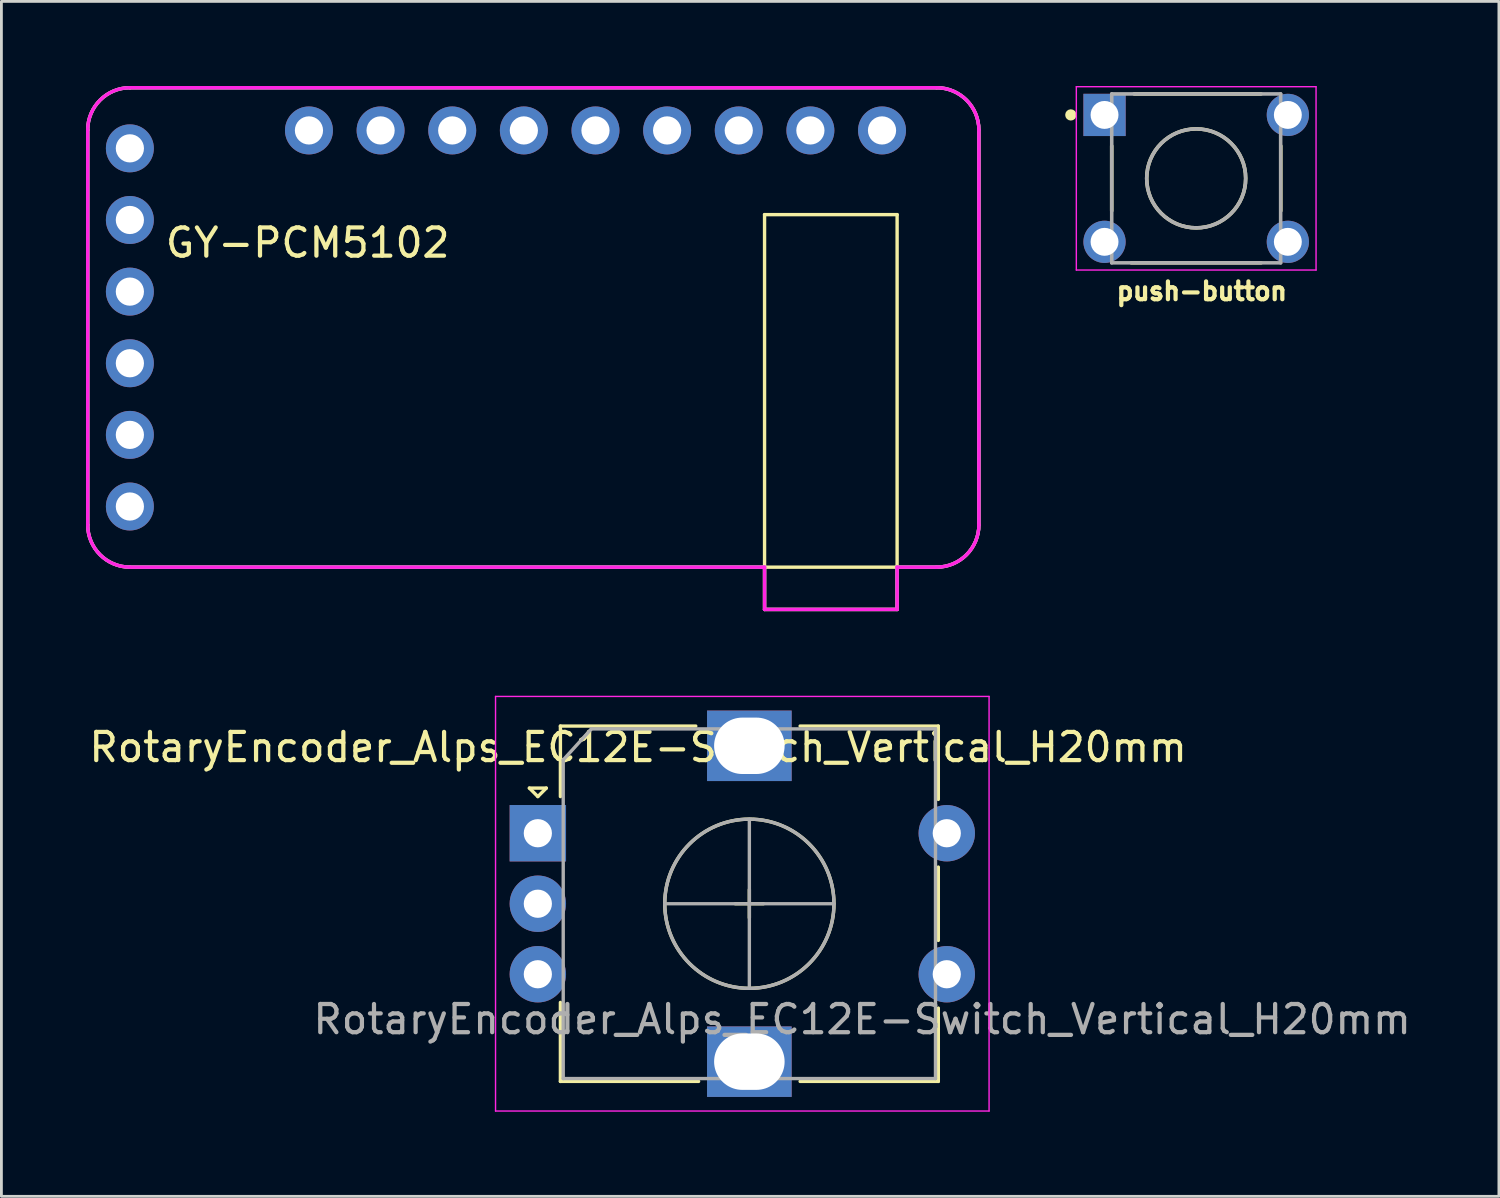
<source format=kicad_pcb>
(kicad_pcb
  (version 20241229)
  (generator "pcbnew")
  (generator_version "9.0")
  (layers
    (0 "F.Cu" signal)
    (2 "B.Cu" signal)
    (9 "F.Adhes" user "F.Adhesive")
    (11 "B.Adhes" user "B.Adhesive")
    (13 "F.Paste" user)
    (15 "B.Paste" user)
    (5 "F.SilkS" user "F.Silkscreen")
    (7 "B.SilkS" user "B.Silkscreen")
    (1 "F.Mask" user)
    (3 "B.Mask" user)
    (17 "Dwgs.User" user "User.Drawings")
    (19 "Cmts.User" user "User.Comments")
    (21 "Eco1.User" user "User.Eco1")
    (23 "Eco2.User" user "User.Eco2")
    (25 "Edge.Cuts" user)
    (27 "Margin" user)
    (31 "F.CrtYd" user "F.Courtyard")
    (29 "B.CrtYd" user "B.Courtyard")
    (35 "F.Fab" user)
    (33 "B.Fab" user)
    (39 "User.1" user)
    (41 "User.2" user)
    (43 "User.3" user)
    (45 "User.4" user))
  (footprint "push-button"
    (layer "F.Cu")
    (at 39.365 3.275)
    (property "Reference" "push-button" (at 0.2 4 0) (layer "F.SilkS") (effects (font (size 0.631 0.631) (thickness 0.15))))
    (attr through_hole)
    (fp_line (start -2.995 -1.15) (end -2.995 1.15) (stroke (width 0.127) (type solid)) (layer "F.SilkS"))
    (fp_line (start -2.2 -2.995) (end 2.3 -2.995) (stroke (width 0.127) (type solid)) (layer "F.SilkS"))
    (fp_line (start 2.3 2.995) (end -2.3 2.995) (stroke (width 0.127) (type solid)) (layer "F.SilkS"))
    (fp_line (start 3 -1.15) (end 3 1.15) (stroke (width 0.127) (type solid)) (layer "F.SilkS"))
    (fp_circle (center -4.445 -2.25) (end -4.345 -2.25) (stroke (width 0.2) (type solid)) (fill no) (layer "F.SilkS"))
    (fp_circle (center 0 0) (end 1.755 0) (stroke (width 0.127) (type solid)) (fill no) (layer "F.SilkS"))
    (fp_line (start -4.25 -3.25) (end -4.25 3.25) (stroke (width 0.05) (type solid)) (layer "F.CrtYd"))
    (fp_line (start -4.25 3.25) (end 4.25 3.25) (stroke (width 0.05) (type solid)) (layer "F.CrtYd"))
    (fp_line (start 4.25 -3.25) (end -4.25 -3.25) (stroke (width 0.05) (type solid)) (layer "F.CrtYd"))
    (fp_line (start 4.25 3.25) (end 4.25 -3.25) (stroke (width 0.05) (type solid)) (layer "F.CrtYd"))
    (fp_line (start -2.995 -2.995) (end -2.995 2.995) (stroke (width 0.127) (type solid)) (layer "F.Fab"))
    (fp_line (start -2.995 2.995) (end 2.995 2.995) (stroke (width 0.127) (type solid)) (layer "F.Fab"))
    (fp_line (start 2.995 -2.995) (end -2.995 -2.995) (stroke (width 0.127) (type solid)) (layer "F.Fab"))
    (fp_line (start 2.995 2.995) (end 2.995 -2.995) (stroke (width 0.127) (type solid)) (layer "F.Fab"))
    (fp_circle (center 0 0) (end 1.755 0) (stroke (width 0.127) (type solid)) (fill no) (layer "F.Fab"))
    (pad "1" thru_hole rect (at -3.25 -2.25) (size 1.498 1.498) (drill 0.99) (layers "*.Cu" "*.Mask"))
    (pad "2" thru_hole circle (at -3.25 2.25) (size 1.498 1.498) (drill 0.99) (layers "*.Cu" "*.Mask"))
    (pad "3" thru_hole circle (at 3.25 -2.25) (size 1.498 1.498) (drill 0.99) (layers "*.Cu" "*.Mask"))
    (pad "4" thru_hole circle (at 3.25 2.25) (size 1.498 1.498) (drill 0.99) (layers "*.Cu" "*.Mask")))
  (footprint "RotaryEncoder_Alps_EC12E-Switch_Vertical_H20mm"
    (layer "F.Cu")
    (at 23.521 28.995)
    (property "Reference" "RotaryEncoder_Alps_EC12E-Switch_Vertical_H20mm" (at -3.944 -5.548 0) (layer "F.SilkS") (effects (font (size 1 1) (thickness 0.15))))
    (attr through_hole)
    (fp_line (start -7.8 -4.1) (end -7.2 -4.1) (stroke (width 0.12) (type solid)) (layer "F.SilkS"))
    (fp_line (start -7.5 -3.8) (end -7.8 -4.1) (stroke (width 0.12) (type solid)) (layer "F.SilkS"))
    (fp_line (start -7.2 -4.1) (end -7.5 -3.8) (stroke (width 0.12) (type solid)) (layer "F.SilkS"))
    (fp_line (start -6.7 -6.3) (end -6.7 -3.8) (stroke (width 0.12) (type solid)) (layer "F.SilkS"))
    (fp_line (start -6.7 6.3) (end -6.7 3.5) (stroke (width 0.12) (type solid)) (layer "F.SilkS"))
    (fp_line (start -1.9 -6.3) (end -6.7 -6.3) (stroke (width 0.12) (type solid)) (layer "F.SilkS"))
    (fp_line (start -1.8 6.3) (end -6.7 6.3) (stroke (width 0.12) (type solid)) (layer "F.SilkS"))
    (fp_line (start -0.5 0) (end 0.5 0) (stroke (width 0.12) (type solid)) (layer "F.SilkS"))
    (fp_line (start 0 -0.5) (end 0 0.5) (stroke (width 0.12) (type solid)) (layer "F.SilkS"))
    (fp_line (start 1.8 -6.3) (end 6.7 -6.3) (stroke (width 0.12) (type solid)) (layer "F.SilkS"))
    (fp_line (start 6.7 -6.3) (end 6.7 -3.7) (stroke (width 0.12) (type solid)) (layer "F.SilkS"))
    (fp_line (start 6.7 -1.3) (end 6.7 1.3) (stroke (width 0.12) (type solid)) (layer "F.SilkS"))
    (fp_line (start 6.7 3.7) (end 6.7 6.3) (stroke (width 0.12) (type solid)) (layer "F.SilkS"))
    (fp_line (start 6.7 6.3) (end 1.8 6.3) (stroke (width 0.12) (type solid)) (layer "F.SilkS"))
    (fp_circle (center 0 0) (end 3 0) (stroke (width 0.12) (type solid)) (fill no) (layer "F.SilkS"))
    (fp_line (start -9 -7.35) (end -9 7.35) (stroke (width 0.05) (type solid)) (layer "F.CrtYd"))
    (fp_line (start -9 -7.35) (end 8.5 -7.35) (stroke (width 0.05) (type solid)) (layer "F.CrtYd"))
    (fp_line (start 8.5 7.35) (end -9 7.35) (stroke (width 0.05) (type solid)) (layer "F.CrtYd"))
    (fp_line (start 8.5 7.35) (end 8.5 -7.35) (stroke (width 0.05) (type solid)) (layer "F.CrtYd"))
    (fp_line (start -6.6 -5.1) (end -5.6 -6.2) (stroke (width 0.12) (type solid)) (layer "F.Fab"))
    (fp_line (start -6.6 6.2) (end -6.6 -5.1) (stroke (width 0.12) (type solid)) (layer "F.Fab"))
    (fp_line (start -5.6 -6.2) (end 6.6 -6.2) (stroke (width 0.12) (type solid)) (layer "F.Fab"))
    (fp_line (start -3 0) (end 3 0) (stroke (width 0.12) (type solid)) (layer "F.Fab"))
    (fp_line (start 0 -3) (end 0 3) (stroke (width 0.12) (type solid)) (layer "F.Fab"))
    (fp_line (start 6.6 -6.2) (end 6.6 6.2) (stroke (width 0.12) (type solid)) (layer "F.Fab"))
    (fp_line (start 6.6 6.2) (end -6.6 6.2) (stroke (width 0.12) (type solid)) (layer "F.Fab"))
    (fp_circle (center 0 0) (end 3 0) (stroke (width 0.12) (type solid)) (fill no) (layer "F.Fab"))
    (fp_text user "${REFERENCE}" (at 4 4.1 0) (layer "F.Fab") (effects (font (size 1 1) (thickness 0.15))))
    (pad "A" thru_hole rect (at -7.5 -2.5) (size 2 2) (drill 1) (layers "*.Cu" "*.Mask"))
    (pad "B" thru_hole circle (at -7.5 2.5) (size 2 2) (drill 1) (layers "*.Cu" "*.Mask"))
    (pad "C" thru_hole circle (at -7.5 0) (size 2 2) (drill 1) (layers "*.Cu" "*.Mask"))
    (pad "MP" thru_hole rect (at 0 -5.6) (size 3 2.5) (drill oval 2.5 2) (layers "*.Cu" "*.Mask"))
    (pad "MP" thru_hole rect (at 0 5.6) (size 3 2.5) (drill oval 2.5 2) (layers "*.Cu" "*.Mask"))
    (pad "S1" thru_hole circle (at 7 -2.5) (size 2 2) (drill 1) (layers "*.Cu" "*.Mask"))
    (pad "S2" thru_hole circle (at 7 2.5) (size 2 2) (drill 1) (layers "*.Cu" "*.Mask")))
  (footprint "GY-PCM5102"
    (layer "F.Cu")
    (at 15.86 8.56)
    (property "Reference" "GY-PCM5102" (at -8 -3 0) (layer "F.SilkS") (effects (font (size 1 1) (thickness 0.15))))
    (attr through_hole)
    (fp_line (start -15.8 -7) (end -15.8 7) (stroke (width 0.12) (type solid)) (layer "F.SilkS"))
    (fp_line (start -14.3 8.5) (end 14.3 8.5) (stroke (width 0.12) (type solid)) (layer "F.SilkS"))
    (fp_line (start 8.2 -4) (end 12.9 -4) (stroke (width 0.12) (type solid)) (layer "F.SilkS"))
    (fp_line (start 8.2 10) (end 8.2 -4) (stroke (width 0.12) (type solid)) (layer "F.SilkS"))
    (fp_line (start 12.9 -4) (end 12.9 10) (stroke (width 0.12) (type solid)) (layer "F.SilkS"))
    (fp_line (start 12.9 10) (end 8.2 10) (stroke (width 0.12) (type solid)) (layer "F.SilkS"))
    (fp_line (start 14.3 -8.5) (end -14.3 -8.5) (stroke (width 0.12) (type solid)) (layer "F.SilkS"))
    (fp_line (start 15.8 7) (end 15.8 -7) (stroke (width 0.12) (type solid)) (layer "F.SilkS"))
    (fp_arc (start -15.8 -7) (mid -15.36066 -8.06066) (end -14.3 -8.5) (stroke (width 0.12) (type solid)) (layer "F.SilkS"))
    (fp_arc (start -14.3 8.5) (mid -15.36066 8.06066) (end -15.8 7) (stroke (width 0.12) (type solid)) (layer "F.SilkS"))
    (fp_arc (start 14.3 -8.5) (mid 15.36066 -8.06066) (end 15.8 -7) (stroke (width 0.12) (type solid)) (layer "F.SilkS"))
    (fp_arc (start 15.8 7) (mid 15.36066 8.06066) (end 14.3 8.5) (stroke (width 0.12) (type solid)) (layer "F.SilkS"))
    (fp_line (start -15.8 -7) (end -15.8 7) (stroke (width 0.12) (type solid)) (layer "F.CrtYd"))
    (fp_line (start 8.2 8.5) (end -14.3 8.5) (stroke (width 0.12) (type solid)) (layer "F.CrtYd"))
    (fp_line (start 8.2 10) (end 8.2 8.5) (stroke (width 0.12) (type solid)) (layer "F.CrtYd"))
    (fp_line (start 12.9 8.5) (end 12.9 10) (stroke (width 0.12) (type solid)) (layer "F.CrtYd"))
    (fp_line (start 12.9 8.5) (end 14.3 8.5) (stroke (width 0.12) (type solid)) (layer "F.CrtYd"))
    (fp_line (start 12.9 10) (end 8.2 10) (stroke (width 0.12) (type solid)) (layer "F.CrtYd"))
    (fp_line (start 14.3 -8.5) (end -14.3 -8.5) (stroke (width 0.12) (type solid)) (layer "F.CrtYd"))
    (fp_line (start 15.8 7) (end 15.8 -7) (stroke (width 0.12) (type solid)) (layer "F.CrtYd"))
    (fp_arc (start -15.8 -7) (mid -15.36066 -8.06066) (end -14.3 -8.5) (stroke (width 0.12) (type solid)) (layer "F.CrtYd"))
    (fp_arc (start -14.3 8.5) (mid -15.36066 8.06066) (end -15.8 7) (stroke (width 0.12) (type solid)) (layer "F.CrtYd"))
    (fp_arc (start 14.3 -8.5) (mid 15.36066 -8.06066) (end 15.8 -7) (stroke (width 0.12) (type solid)) (layer "F.CrtYd"))
    (fp_arc (start 15.8 7) (mid 15.36066 8.06066) (end 14.3 8.5) (stroke (width 0.12) (type solid)) (layer "F.CrtYd"))
    (fp_line (start -15.8 -7) (end -15.8 7) (stroke (width 0.12) (type solid)) (layer "F.Fab"))
    (fp_line (start 8.2 8.5) (end -14.3 8.5) (stroke (width 0.12) (type solid)) (layer "F.Fab"))
    (fp_line (start 8.2 10) (end 8.2 8.5) (stroke (width 0.12) (type solid)) (layer "F.Fab"))
    (fp_line (start 12.9 8.5) (end 12.9 10) (stroke (width 0.12) (type solid)) (layer "F.Fab"))
    (fp_line (start 12.9 8.5) (end 14.3 8.5) (stroke (width 0.12) (type solid)) (layer "F.Fab"))
    (fp_line (start 12.9 10) (end 8.2 10) (stroke (width 0.12) (type solid)) (layer "F.Fab"))
    (fp_line (start 14.3 -8.5) (end -14.3 -8.5) (stroke (width 0.12) (type solid)) (layer "F.Fab"))
    (fp_line (start 15.8 7) (end 15.8 -7) (stroke (width 0.12) (type solid)) (layer "F.Fab"))
    (fp_arc (start -15.8 -7) (mid -15.36066 -8.06066) (end -14.3 -8.5) (stroke (width 0.12) (type solid)) (layer "F.Fab"))
    (fp_arc (start -14.3 8.5) (mid -15.36066 8.06066) (end -15.8 7) (stroke (width 0.12) (type solid)) (layer "F.Fab"))
    (fp_arc (start 14.3 -8.5) (mid 15.36066 -8.06066) (end 15.8 -7) (stroke (width 0.12) (type solid)) (layer "F.Fab"))
    (fp_arc (start 15.8 7) (mid 15.36066 8.06066) (end 14.3 8.5) (stroke (width 0.12) (type solid)) (layer "F.Fab"))
    (pad "1" thru_hole circle (at -14.305 -6.35) (size 1.7 1.7) (drill 1) (layers "*.Cu" "*.Mask"))
    (pad "2" thru_hole circle (at -14.305 -3.81) (size 1.7 1.7) (drill 1) (layers "*.Cu" "*.Mask"))
    (pad "3" thru_hole circle (at -14.305 -1.27) (size 1.7 1.7) (drill 1) (layers "*.Cu" "*.Mask"))
    (pad "4" thru_hole circle (at -14.305 1.27) (size 1.7 1.7) (drill 1) (layers "*.Cu" "*.Mask"))
    (pad "5" thru_hole circle (at -14.305 3.81) (size 1.7 1.7) (drill 1) (layers "*.Cu" "*.Mask"))
    (pad "6" thru_hole circle (at -14.305 6.35) (size 1.7 1.7) (drill 1) (layers "*.Cu" "*.Mask"))
    (pad "7" thru_hole circle (at 12.365 -6.985) (size 1.7 1.7) (drill 1) (layers "*.Cu" "*.Mask"))
    (pad "8" thru_hole circle (at 9.825 -6.985) (size 1.7 1.7) (drill 1) (layers "*.Cu" "*.Mask"))
    (pad "9" thru_hole circle (at 7.285 -6.985) (size 1.7 1.7) (drill 1) (layers "*.Cu" "*.Mask"))
    (pad "10" thru_hole circle (at 4.745 -6.985) (size 1.7 1.7) (drill 1) (layers "*.Cu" "*.Mask"))
    (pad "11" thru_hole circle (at 2.205 -6.985) (size 1.7 1.7) (drill 1) (layers "*.Cu" "*.Mask"))
    (pad "12" thru_hole circle (at -0.335 -6.985) (size 1.7 1.7) (drill 1) (layers "*.Cu" "*.Mask"))
    (pad "13" thru_hole circle (at -2.875 -6.985) (size 1.7 1.7) (drill 1) (layers "*.Cu" "*.Mask"))
    (pad "14" thru_hole circle (at -5.415 -6.985) (size 1.7 1.7) (drill 1) (layers "*.Cu" "*.Mask"))
    (pad "15" thru_hole circle (at -7.955 -6.985) (size 1.7 1.7) (drill 1) (layers "*.Cu" "*.Mask")))
  (gr_rect
    (start -3 -3)
    (end 50.099 39.37)
    (stroke (width 0.1) (type default))
    (fill no)
    (layer "Edge.Cuts")))
</source>
